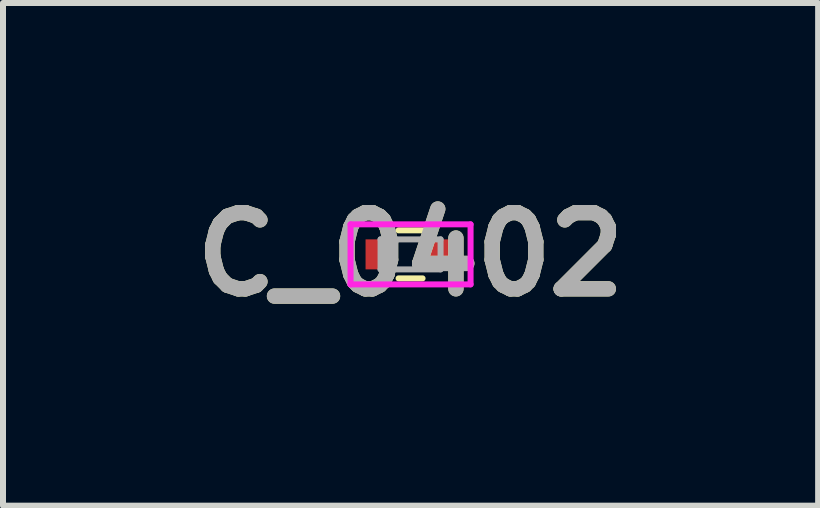
<source format=kicad_pcb>
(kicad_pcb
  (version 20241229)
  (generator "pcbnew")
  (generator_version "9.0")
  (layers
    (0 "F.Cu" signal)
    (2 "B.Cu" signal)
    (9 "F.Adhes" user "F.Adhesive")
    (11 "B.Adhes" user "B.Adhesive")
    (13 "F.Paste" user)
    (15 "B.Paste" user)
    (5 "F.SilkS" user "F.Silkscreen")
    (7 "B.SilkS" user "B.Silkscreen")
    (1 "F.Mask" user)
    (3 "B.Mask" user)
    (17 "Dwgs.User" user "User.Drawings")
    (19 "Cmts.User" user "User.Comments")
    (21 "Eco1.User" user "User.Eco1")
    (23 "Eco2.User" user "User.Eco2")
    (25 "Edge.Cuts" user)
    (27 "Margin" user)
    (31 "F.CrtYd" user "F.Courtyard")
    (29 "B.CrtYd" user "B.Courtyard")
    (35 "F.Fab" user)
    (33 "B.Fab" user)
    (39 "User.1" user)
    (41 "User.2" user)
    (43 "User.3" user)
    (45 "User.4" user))
  (footprint "C_0402"
    (layer "F.Cu")
    (at 3.792 1.189)
    (property "Reference" "C_0402" (at 0 0 0) (layer "F.SilkS") (effects (font (size 1.27 1.27) (thickness 0.254))))
    (attr smd)
    (fp_line (start -0.2 -0.4) (end 0.2 -0.4) (stroke (width 0.1) (type default)) (layer "F.SilkS"))
    (fp_line (start -0.2 0.4) (end 0.2 0.4) (stroke (width 0.1) (type default)) (layer "F.SilkS"))
    (fp_line (start -1 -0.5) (end 1 -0.5) (stroke (width 0.1) (type solid)) (layer "F.CrtYd"))
    (fp_line (start -1 0.5) (end -1 -0.5) (stroke (width 0.1) (type solid)) (layer "F.CrtYd"))
    (fp_line (start 1 -0.5) (end 1 0.5) (stroke (width 0.1) (type solid)) (layer "F.CrtYd"))
    (fp_line (start 1 0.5) (end -1 0.5) (stroke (width 0.1) (type solid)) (layer "F.CrtYd"))
    (fp_line (start -0.5 -0.25) (end 0.5 -0.25) (stroke (width 0.1) (type solid)) (layer "F.Fab"))
    (fp_line (start -0.5 0.25) (end -0.5 -0.25) (stroke (width 0.1) (type solid)) (layer "F.Fab"))
    (fp_line (start 0.5 -0.25) (end 0.5 0.25) (stroke (width 0.1) (type solid)) (layer "F.Fab"))
    (fp_line (start 0.5 0.25) (end -0.5 0.25) (stroke (width 0.1) (type solid)) (layer "F.Fab"))
    (fp_text user "${REFERENCE}" (at 0 0 0) (layer "F.Fab") (effects (font (size 1.27 1.27) (thickness 0.254))))
    (pad "1" smd rect (at -0.5 0) (size 0.5 0.5) (layers "F.Cu" "F.Mask" "F.Paste"))
    (pad "2" smd rect (at 0.5 0) (size 0.5 0.5) (layers "F.Cu" "F.Mask" "F.Paste")))
  (gr_rect
    (start -3 -3)
    (end 10.584 5.377)
    (stroke (width 0.1) (type default))
    (fill no)
    (layer "Edge.Cuts")))
</source>
